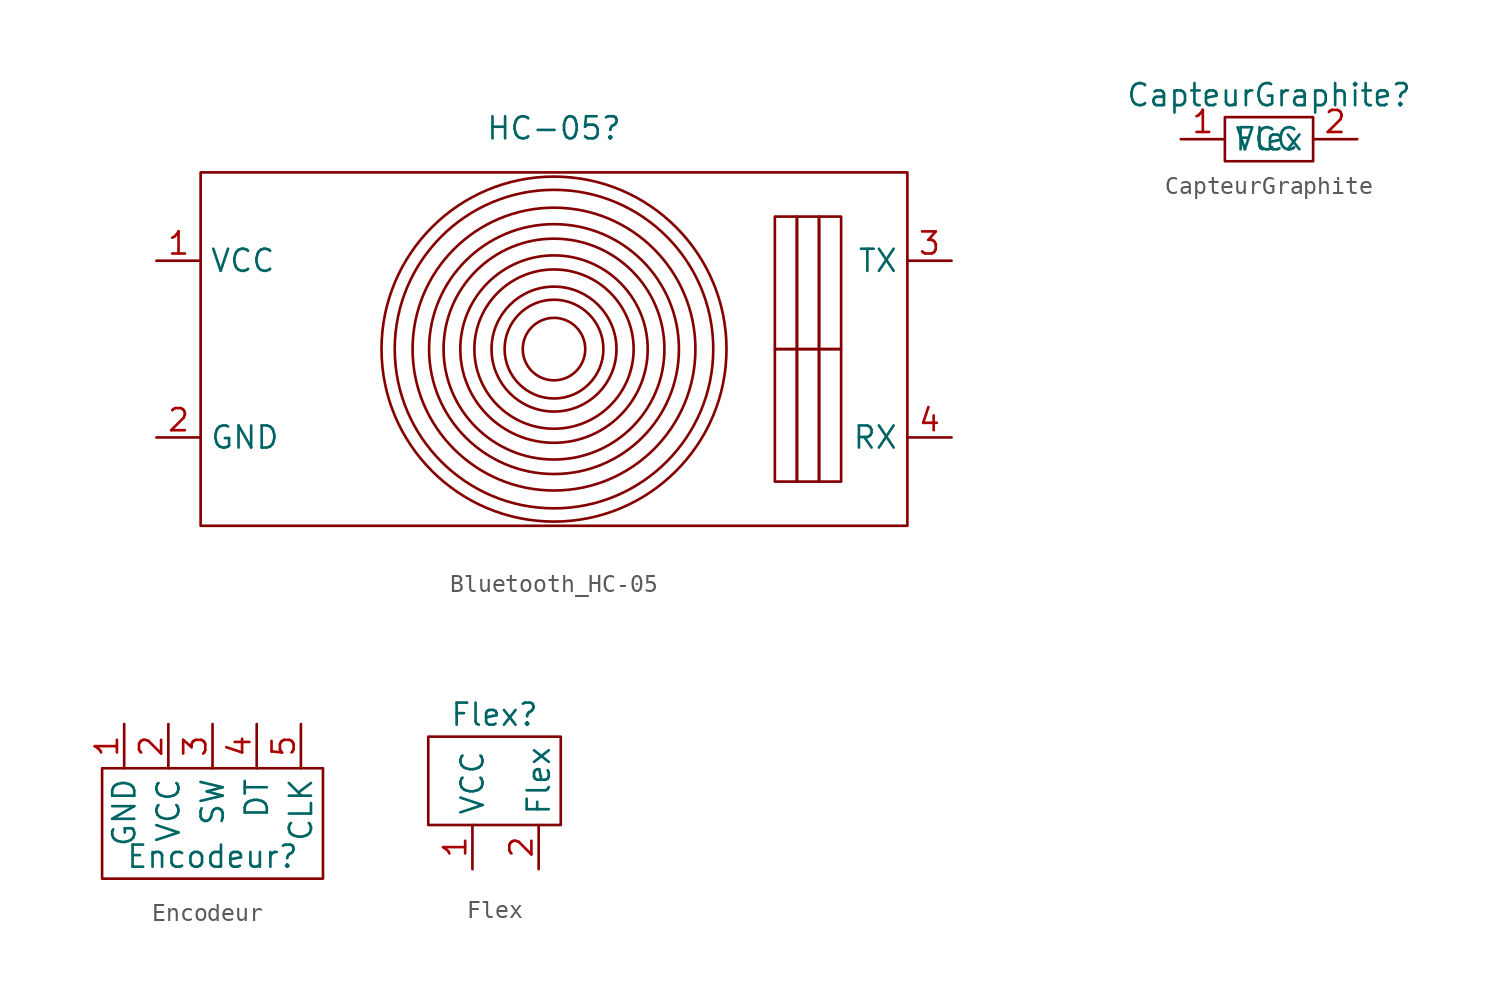
<source format=kicad_sym>
(kicad_symbol_lib
  (version 20220914)
  (generator kicad_symbol_editor)
  (symbol "Bluetooth_HC-05"
    (property "Reference" "HC-05"
      (at 0 12.7 0)
      (effects (font (size 1.27 1.27))))
    (property "Value" ""
      (at 0 2.54 0)
      (effects (font (size 1.27 1.27))))
    (symbol "Bluetooth_HC-05_0_1"
      (rectangle (start -20.32 10.16) (end 20.32 -10.16) (stroke (width 0) (type default)) (fill (type none)))
      (circle (center 0 0) (radius 1.796) (stroke (width 0) (type default)) (fill (type none)))
      (circle (center 0 0) (radius 2.84) (stroke (width 0) (type default)) (fill (type none)))
      (circle (center 0 0) (radius 3.592) (stroke (width 0) (type default)) (fill (type none)))
      (circle (center 0 0) (radius 4.579) (stroke (width 0) (type default)) (fill (type none)))
      (circle (center 0 0) (radius 5.388) (stroke (width 0) (type default)) (fill (type none)))
      (circle (center 0 0) (radius 6.35) (stroke (width 0) (type default)) (fill (type none)))
      (circle (center 0 0) (radius 7.184) (stroke (width 0) (type default)) (fill (type none)))
      (circle (center 0 0) (radius 8.132) (stroke (width 0) (type default)) (fill (type none)))
      (circle (center 0 0) (radius 9.158) (stroke (width 0) (type default)) (fill (type none)))
      (circle (center 0 0) (radius 9.919) (stroke (width 0) (type default)) (fill (type none)))
      (rectangle (start 12.7 0) (end 13.97 -7.62) (stroke (width 0) (type default)) (fill (type none)))
      (rectangle (start 12.7 7.62) (end 13.97 0) (stroke (width 0) (type default)) (fill (type none)))
      (rectangle (start 13.97 0) (end 15.24 -7.62) (stroke (width 0) (type default)) (fill (type none)))
      (rectangle (start 13.97 7.62) (end 15.24 0) (stroke (width 0) (type default)) (fill (type none)))
      (rectangle (start 15.24 0) (end 16.51 -7.62) (stroke (width 0) (type default)) (fill (type none)))
      (rectangle (start 15.24 7.62) (end 16.51 0) (stroke (width 0) (type default)) (fill (type none))))
    (symbol "Bluetooth_HC-05_1_1"
      (pin bidirectional line (at -22.86 5.08 0) (length 2.54) (name "VCC" (effects (font (size 1.27 1.27)))) (number "1" (effects (font (size 1.27 1.27)))))
      (pin bidirectional line (at -22.86 -5.08 0) (length 2.54) (name "GND" (effects (font (size 1.27 1.27)))) (number "2" (effects (font (size 1.27 1.27)))))
      (pin bidirectional line (at 22.86 5.08 180) (length 2.54) (name "TX" (effects (font (size 1.27 1.27)))) (number "3" (effects (font (size 1.27 1.27)))))
      (pin bidirectional line (at 22.86 -5.08 180) (length 2.54) (name "RX" (effects (font (size 1.27 1.27)))) (number "4" (effects (font (size 1.27 1.27)))))))
  (symbol "CapteurGraphite"
    (property "Reference" "CapteurGraphite"
      (at 2.54 0 0)
      (effects (font (size 1.27 1.27))))
    (property "Value" ""
      (at 0 0 0)
      (effects (font (size 1.27 1.27))))
    (symbol "CapteurGraphite_0_1"
      (rectangle (start 0 -1.27) (end 5.08 -3.81) (stroke (width 0) (type default)) (fill (type none))))
    (symbol "CapteurGraphite_1_1"
      (pin bidirectional line (at -2.54 -2.54 0) (length 2.54) (name "VCC" (effects (font (size 1.27 1.27)))) (number "1" (effects (font (size 1.27 1.27)))))
      (pin bidirectional line (at 7.62 -2.54 180) (length 2.54) (name "Flex" (effects (font (size 1.27 1.27)))) (number "2" (effects (font (size 1.27 1.27)))))))
  (symbol "Encodeur"
    (property "Reference" "Encodeur"
      (at 0 -8.89 0)
      (effects (font (size 1.27 1.27))))
    (property "Value" ""
      (at 0 0 0)
      (effects (font (size 1.27 1.27))))
    (symbol "Encodeur_0_1"
      (rectangle (start -6.35 -3.81) (end 6.35 -10.16) (stroke (width 0) (type default)) (fill (type none))))
    (symbol "Encodeur_1_1"
      (pin bidirectional line (at -5.08 -1.27 270) (length 2.54) (name "GND" (effects (font (size 1.27 1.27)))) (number "1" (effects (font (size 1.27 1.27)))))
      (pin bidirectional line (at -2.54 -1.27 270) (length 2.54) (name "VCC" (effects (font (size 1.27 1.27)))) (number "2" (effects (font (size 1.27 1.27)))))
      (pin bidirectional line (at 0 -1.27 270) (length 2.54) (name "SW" (effects (font (size 1.27 1.27)))) (number "3" (effects (font (size 1.27 1.27)))))
      (pin bidirectional line (at 2.54 -1.27 270) (length 2.54) (name "DT" (effects (font (size 1.27 1.27)))) (number "4" (effects (font (size 1.27 1.27)))))
      (pin bidirectional line (at 5.08 -1.27 270) (length 2.54) (name "CLK" (effects (font (size 1.27 1.27)))) (number "5" (effects (font (size 1.27 1.27)))))))
  (symbol "Flex"
    (property "Reference" "Flex"
      (at 0 3.81 0)
      (effects (font (size 1.27 1.27))))
    (property "Value" ""
      (at 0 0 0)
      (effects (font (size 1.27 1.27))))
    (symbol "Flex_0_1"
      (rectangle (start 3.81 -2.54) (end -3.81 2.54) (stroke (width 0) (type default)) (fill (type none))))
    (symbol "Flex_1_1"
      (pin bidirectional line (at -1.27 -5.08 90) (length 2.54) (name "VCC" (effects (font (size 1.27 1.27)))) (number "1" (effects (font (size 1.27 1.27)))))
      (pin bidirectional line (at 2.54 -5.08 90) (length 2.54) (name "Flex" (effects (font (size 1.27 1.27)))) (number "2" (effects (font (size 1.27 1.27))))))))
</source>
